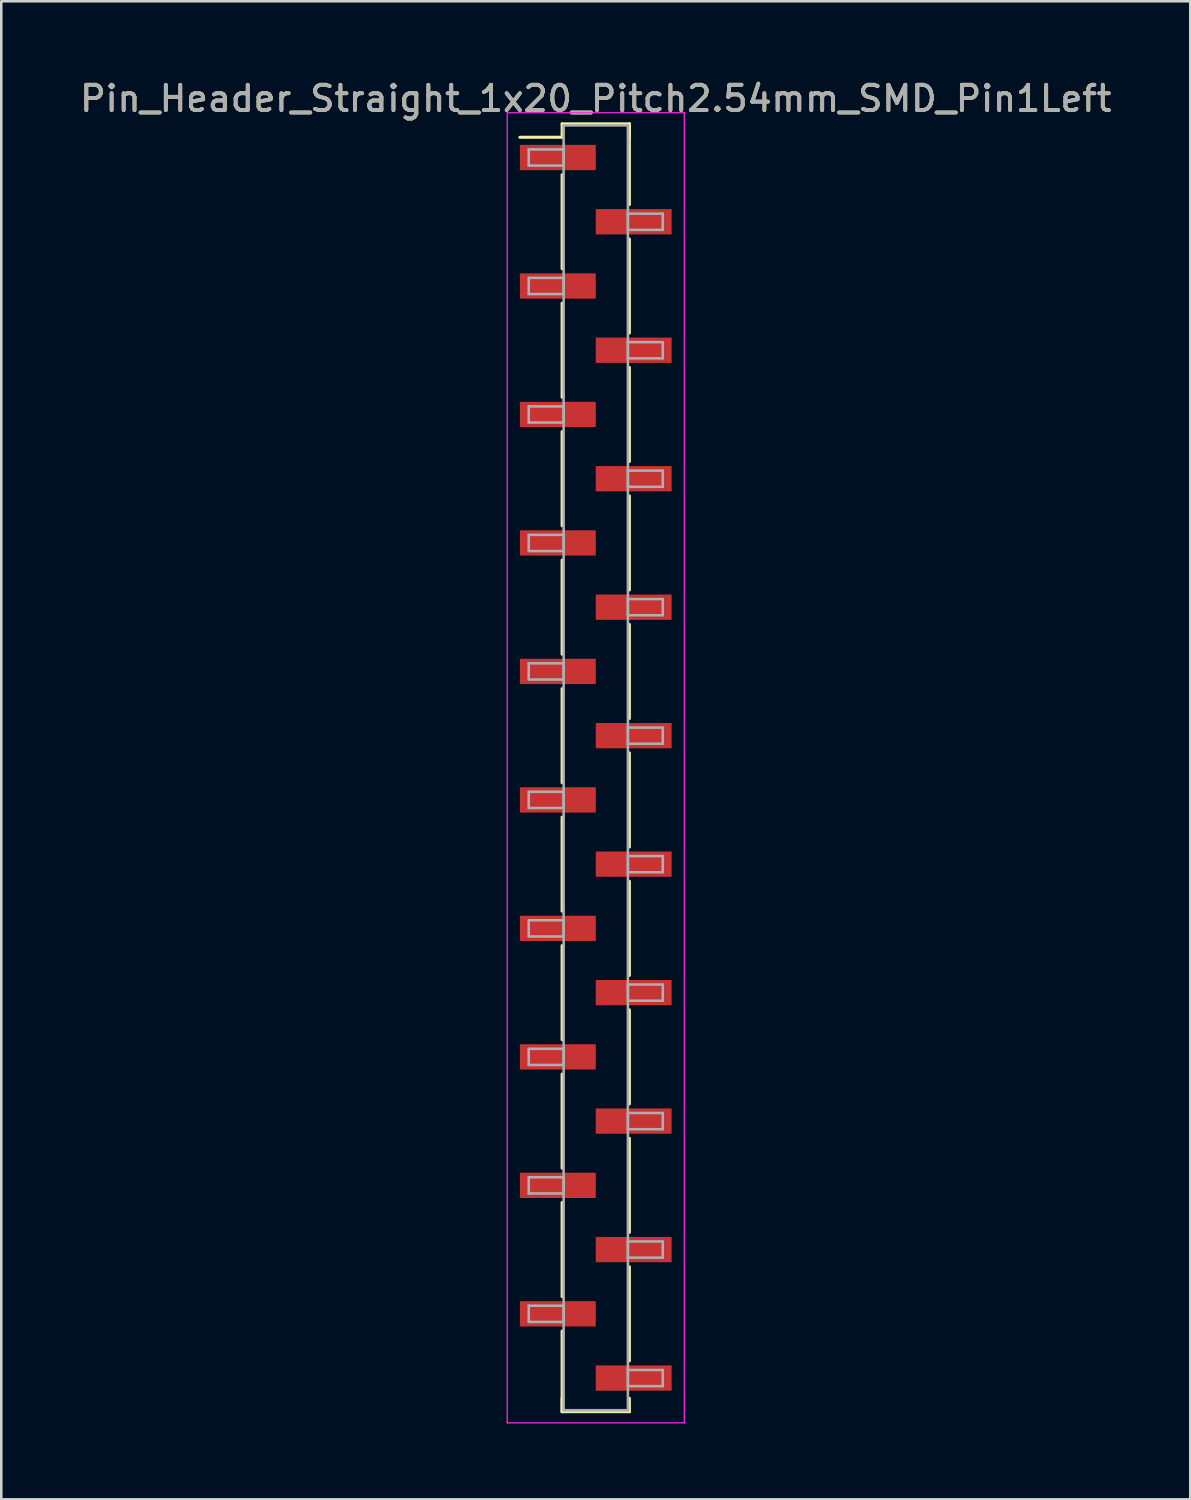
<source format=kicad_pcb>
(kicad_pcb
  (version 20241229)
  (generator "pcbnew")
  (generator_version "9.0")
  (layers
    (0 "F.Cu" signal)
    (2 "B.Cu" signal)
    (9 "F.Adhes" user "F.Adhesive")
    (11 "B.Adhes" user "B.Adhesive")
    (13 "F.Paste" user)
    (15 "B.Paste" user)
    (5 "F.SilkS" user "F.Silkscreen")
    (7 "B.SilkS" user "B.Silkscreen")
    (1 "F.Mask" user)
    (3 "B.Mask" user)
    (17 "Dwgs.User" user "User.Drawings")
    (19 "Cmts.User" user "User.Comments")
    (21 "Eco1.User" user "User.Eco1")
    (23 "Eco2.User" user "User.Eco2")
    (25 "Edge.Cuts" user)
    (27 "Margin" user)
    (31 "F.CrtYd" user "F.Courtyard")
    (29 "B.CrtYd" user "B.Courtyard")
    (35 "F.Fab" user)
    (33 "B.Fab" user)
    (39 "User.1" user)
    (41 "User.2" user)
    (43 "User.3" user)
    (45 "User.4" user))
  (footprint "Pin_Header_Straight_1x20_Pitch2.54mm_SMD_Pin1Left"
    (layer "F.Cu")
    (at 20.506 27.308)
    (property "Reference" "Pin_Header_Straight_1x20_Pitch2.54mm_SMD_Pin1Left" (at 0 -26.46 0) (layer "F.SilkS") (effects (font (size 1 1) (thickness 0.15))))
    (attr smd)
    (fp_line (start -1.33 -25.46) (end 1.33 -25.46) (stroke (width 0.12) (type solid)) (layer "F.SilkS"))
    (fp_line (start -1.33 -24.93) (end -3 -24.93) (stroke (width 0.12) (type solid)) (layer "F.SilkS"))
    (fp_line (start -1.33 -24.93) (end -1.33 -25.46) (stroke (width 0.12) (type solid)) (layer "F.SilkS"))
    (fp_line (start -1.33 -23.45) (end -1.33 -19.73) (stroke (width 0.12) (type solid)) (layer "F.SilkS"))
    (fp_line (start -1.33 -18.37) (end -1.33 -14.65) (stroke (width 0.12) (type solid)) (layer "F.SilkS"))
    (fp_line (start -1.33 -13.29) (end -1.33 -9.57) (stroke (width 0.12) (type solid)) (layer "F.SilkS"))
    (fp_line (start -1.33 -8.21) (end -1.33 -4.49) (stroke (width 0.12) (type solid)) (layer "F.SilkS"))
    (fp_line (start -1.33 -3.13) (end -1.33 0.59) (stroke (width 0.12) (type solid)) (layer "F.SilkS"))
    (fp_line (start -1.33 1.95) (end -1.33 5.67) (stroke (width 0.12) (type solid)) (layer "F.SilkS"))
    (fp_line (start -1.33 7.03) (end -1.33 10.75) (stroke (width 0.12) (type solid)) (layer "F.SilkS"))
    (fp_line (start -1.33 12.11) (end -1.33 15.83) (stroke (width 0.12) (type solid)) (layer "F.SilkS"))
    (fp_line (start -1.33 17.19) (end -1.33 20.91) (stroke (width 0.12) (type solid)) (layer "F.SilkS"))
    (fp_line (start -1.33 22.27) (end -1.33 25.46) (stroke (width 0.12) (type solid)) (layer "F.SilkS"))
    (fp_line (start -1.33 24.93) (end -1.33 25.46) (stroke (width 0.12) (type solid)) (layer "F.SilkS"))
    (fp_line (start -1.33 25.46) (end 1.33 25.46) (stroke (width 0.12) (type solid)) (layer "F.SilkS"))
    (fp_line (start 1.33 -25.46) (end 1.33 -24.93) (stroke (width 0.12) (type solid)) (layer "F.SilkS"))
    (fp_line (start 1.33 -25.46) (end 1.33 -22.27) (stroke (width 0.12) (type solid)) (layer "F.SilkS"))
    (fp_line (start 1.33 -20.91) (end 1.33 -17.19) (stroke (width 0.12) (type solid)) (layer "F.SilkS"))
    (fp_line (start 1.33 -15.83) (end 1.33 -12.11) (stroke (width 0.12) (type solid)) (layer "F.SilkS"))
    (fp_line (start 1.33 -10.75) (end 1.33 -7.03) (stroke (width 0.12) (type solid)) (layer "F.SilkS"))
    (fp_line (start 1.33 -5.67) (end 1.33 -1.95) (stroke (width 0.12) (type solid)) (layer "F.SilkS"))
    (fp_line (start 1.33 -0.59) (end 1.33 3.13) (stroke (width 0.12) (type solid)) (layer "F.SilkS"))
    (fp_line (start 1.33 4.49) (end 1.33 8.21) (stroke (width 0.12) (type solid)) (layer "F.SilkS"))
    (fp_line (start 1.33 9.57) (end 1.33 13.29) (stroke (width 0.12) (type solid)) (layer "F.SilkS"))
    (fp_line (start 1.33 14.65) (end 1.33 18.37) (stroke (width 0.12) (type solid)) (layer "F.SilkS"))
    (fp_line (start 1.33 19.73) (end 1.33 23.45) (stroke (width 0.12) (type solid)) (layer "F.SilkS"))
    (fp_line (start 1.33 25.46) (end 1.33 24.93) (stroke (width 0.12) (type solid)) (layer "F.SilkS"))
    (fp_line (start -3.5 -25.9) (end -3.5 25.9) (stroke (width 0.05) (type solid)) (layer "F.CrtYd"))
    (fp_line (start -3.5 25.9) (end 3.5 25.9) (stroke (width 0.05) (type solid)) (layer "F.CrtYd"))
    (fp_line (start 3.5 -25.9) (end -3.5 -25.9) (stroke (width 0.05) (type solid)) (layer "F.CrtYd"))
    (fp_line (start 3.5 25.9) (end 3.5 -25.9) (stroke (width 0.05) (type solid)) (layer "F.CrtYd"))
    (fp_line (start -2.65 -24.45) (end -1.27 -24.45) (stroke (width 0.1) (type solid)) (layer "F.Fab"))
    (fp_line (start -2.65 -23.81) (end -2.65 -24.45) (stroke (width 0.1) (type solid)) (layer "F.Fab"))
    (fp_line (start -2.65 -19.37) (end -1.27 -19.37) (stroke (width 0.1) (type solid)) (layer "F.Fab"))
    (fp_line (start -2.65 -18.73) (end -2.65 -19.37) (stroke (width 0.1) (type solid)) (layer "F.Fab"))
    (fp_line (start -2.65 -14.29) (end -1.27 -14.29) (stroke (width 0.1) (type solid)) (layer "F.Fab"))
    (fp_line (start -2.65 -13.65) (end -2.65 -14.29) (stroke (width 0.1) (type solid)) (layer "F.Fab"))
    (fp_line (start -2.65 -9.21) (end -1.27 -9.21) (stroke (width 0.1) (type solid)) (layer "F.Fab"))
    (fp_line (start -2.65 -8.57) (end -2.65 -9.21) (stroke (width 0.1) (type solid)) (layer "F.Fab"))
    (fp_line (start -2.65 -4.13) (end -1.27 -4.13) (stroke (width 0.1) (type solid)) (layer "F.Fab"))
    (fp_line (start -2.65 -3.49) (end -2.65 -4.13) (stroke (width 0.1) (type solid)) (layer "F.Fab"))
    (fp_line (start -2.65 0.95) (end -1.27 0.95) (stroke (width 0.1) (type solid)) (layer "F.Fab"))
    (fp_line (start -2.65 1.59) (end -2.65 0.95) (stroke (width 0.1) (type solid)) (layer "F.Fab"))
    (fp_line (start -2.65 6.03) (end -1.27 6.03) (stroke (width 0.1) (type solid)) (layer "F.Fab"))
    (fp_line (start -2.65 6.67) (end -2.65 6.03) (stroke (width 0.1) (type solid)) (layer "F.Fab"))
    (fp_line (start -2.65 11.11) (end -1.27 11.11) (stroke (width 0.1) (type solid)) (layer "F.Fab"))
    (fp_line (start -2.65 11.75) (end -2.65 11.11) (stroke (width 0.1) (type solid)) (layer "F.Fab"))
    (fp_line (start -2.65 16.19) (end -1.27 16.19) (stroke (width 0.1) (type solid)) (layer "F.Fab"))
    (fp_line (start -2.65 16.83) (end -2.65 16.19) (stroke (width 0.1) (type solid)) (layer "F.Fab"))
    (fp_line (start -2.65 21.27) (end -1.27 21.27) (stroke (width 0.1) (type solid)) (layer "F.Fab"))
    (fp_line (start -2.65 21.91) (end -2.65 21.27) (stroke (width 0.1) (type solid)) (layer "F.Fab"))
    (fp_line (start -1.27 -25.4) (end -1.27 25.4) (stroke (width 0.1) (type solid)) (layer "F.Fab"))
    (fp_line (start -1.27 -24.45) (end -1.27 -23.81) (stroke (width 0.1) (type solid)) (layer "F.Fab"))
    (fp_line (start -1.27 -23.81) (end -2.65 -23.81) (stroke (width 0.1) (type solid)) (layer "F.Fab"))
    (fp_line (start -1.27 -19.37) (end -1.27 -18.73) (stroke (width 0.1) (type solid)) (layer "F.Fab"))
    (fp_line (start -1.27 -18.73) (end -2.65 -18.73) (stroke (width 0.1) (type solid)) (layer "F.Fab"))
    (fp_line (start -1.27 -14.29) (end -1.27 -13.65) (stroke (width 0.1) (type solid)) (layer "F.Fab"))
    (fp_line (start -1.27 -13.65) (end -2.65 -13.65) (stroke (width 0.1) (type solid)) (layer "F.Fab"))
    (fp_line (start -1.27 -9.21) (end -1.27 -8.57) (stroke (width 0.1) (type solid)) (layer "F.Fab"))
    (fp_line (start -1.27 -8.57) (end -2.65 -8.57) (stroke (width 0.1) (type solid)) (layer "F.Fab"))
    (fp_line (start -1.27 -4.13) (end -1.27 -3.49) (stroke (width 0.1) (type solid)) (layer "F.Fab"))
    (fp_line (start -1.27 -3.49) (end -2.65 -3.49) (stroke (width 0.1) (type solid)) (layer "F.Fab"))
    (fp_line (start -1.27 0.95) (end -1.27 1.59) (stroke (width 0.1) (type solid)) (layer "F.Fab"))
    (fp_line (start -1.27 1.59) (end -2.65 1.59) (stroke (width 0.1) (type solid)) (layer "F.Fab"))
    (fp_line (start -1.27 6.03) (end -1.27 6.67) (stroke (width 0.1) (type solid)) (layer "F.Fab"))
    (fp_line (start -1.27 6.67) (end -2.65 6.67) (stroke (width 0.1) (type solid)) (layer "F.Fab"))
    (fp_line (start -1.27 11.11) (end -1.27 11.75) (stroke (width 0.1) (type solid)) (layer "F.Fab"))
    (fp_line (start -1.27 11.75) (end -2.65 11.75) (stroke (width 0.1) (type solid)) (layer "F.Fab"))
    (fp_line (start -1.27 16.19) (end -1.27 16.83) (stroke (width 0.1) (type solid)) (layer "F.Fab"))
    (fp_line (start -1.27 16.83) (end -2.65 16.83) (stroke (width 0.1) (type solid)) (layer "F.Fab"))
    (fp_line (start -1.27 21.27) (end -1.27 21.91) (stroke (width 0.1) (type solid)) (layer "F.Fab"))
    (fp_line (start -1.27 21.91) (end -2.65 21.91) (stroke (width 0.1) (type solid)) (layer "F.Fab"))
    (fp_line (start -1.27 25.4) (end 1.27 25.4) (stroke (width 0.1) (type solid)) (layer "F.Fab"))
    (fp_line (start 1.27 -25.4) (end -1.27 -25.4) (stroke (width 0.1) (type solid)) (layer "F.Fab"))
    (fp_line (start 1.27 -21.91) (end 1.27 -21.27) (stroke (width 0.1) (type solid)) (layer "F.Fab"))
    (fp_line (start 1.27 -21.27) (end 2.65 -21.27) (stroke (width 0.1) (type solid)) (layer "F.Fab"))
    (fp_line (start 1.27 -16.83) (end 1.27 -16.19) (stroke (width 0.1) (type solid)) (layer "F.Fab"))
    (fp_line (start 1.27 -16.19) (end 2.65 -16.19) (stroke (width 0.1) (type solid)) (layer "F.Fab"))
    (fp_line (start 1.27 -11.75) (end 1.27 -11.11) (stroke (width 0.1) (type solid)) (layer "F.Fab"))
    (fp_line (start 1.27 -11.11) (end 2.65 -11.11) (stroke (width 0.1) (type solid)) (layer "F.Fab"))
    (fp_line (start 1.27 -6.67) (end 1.27 -6.03) (stroke (width 0.1) (type solid)) (layer "F.Fab"))
    (fp_line (start 1.27 -6.03) (end 2.65 -6.03) (stroke (width 0.1) (type solid)) (layer "F.Fab"))
    (fp_line (start 1.27 -1.59) (end 1.27 -0.95) (stroke (width 0.1) (type solid)) (layer "F.Fab"))
    (fp_line (start 1.27 -0.95) (end 2.65 -0.95) (stroke (width 0.1) (type solid)) (layer "F.Fab"))
    (fp_line (start 1.27 3.49) (end 1.27 4.13) (stroke (width 0.1) (type solid)) (layer "F.Fab"))
    (fp_line (start 1.27 4.13) (end 2.65 4.13) (stroke (width 0.1) (type solid)) (layer "F.Fab"))
    (fp_line (start 1.27 8.57) (end 1.27 9.21) (stroke (width 0.1) (type solid)) (layer "F.Fab"))
    (fp_line (start 1.27 9.21) (end 2.65 9.21) (stroke (width 0.1) (type solid)) (layer "F.Fab"))
    (fp_line (start 1.27 13.65) (end 1.27 14.29) (stroke (width 0.1) (type solid)) (layer "F.Fab"))
    (fp_line (start 1.27 14.29) (end 2.65 14.29) (stroke (width 0.1) (type solid)) (layer "F.Fab"))
    (fp_line (start 1.27 18.73) (end 1.27 19.37) (stroke (width 0.1) (type solid)) (layer "F.Fab"))
    (fp_line (start 1.27 19.37) (end 2.65 19.37) (stroke (width 0.1) (type solid)) (layer "F.Fab"))
    (fp_line (start 1.27 23.81) (end 1.27 24.45) (stroke (width 0.1) (type solid)) (layer "F.Fab"))
    (fp_line (start 1.27 24.45) (end 2.65 24.45) (stroke (width 0.1) (type solid)) (layer "F.Fab"))
    (fp_line (start 1.27 25.4) (end 1.27 -25.4) (stroke (width 0.1) (type solid)) (layer "F.Fab"))
    (fp_line (start 2.65 -21.91) (end 1.27 -21.91) (stroke (width 0.1) (type solid)) (layer "F.Fab"))
    (fp_line (start 2.65 -21.27) (end 2.65 -21.91) (stroke (width 0.1) (type solid)) (layer "F.Fab"))
    (fp_line (start 2.65 -16.83) (end 1.27 -16.83) (stroke (width 0.1) (type solid)) (layer "F.Fab"))
    (fp_line (start 2.65 -16.19) (end 2.65 -16.83) (stroke (width 0.1) (type solid)) (layer "F.Fab"))
    (fp_line (start 2.65 -11.75) (end 1.27 -11.75) (stroke (width 0.1) (type solid)) (layer "F.Fab"))
    (fp_line (start 2.65 -11.11) (end 2.65 -11.75) (stroke (width 0.1) (type solid)) (layer "F.Fab"))
    (fp_line (start 2.65 -6.67) (end 1.27 -6.67) (stroke (width 0.1) (type solid)) (layer "F.Fab"))
    (fp_line (start 2.65 -6.03) (end 2.65 -6.67) (stroke (width 0.1) (type solid)) (layer "F.Fab"))
    (fp_line (start 2.65 -1.59) (end 1.27 -1.59) (stroke (width 0.1) (type solid)) (layer "F.Fab"))
    (fp_line (start 2.65 -0.95) (end 2.65 -1.59) (stroke (width 0.1) (type solid)) (layer "F.Fab"))
    (fp_line (start 2.65 3.49) (end 1.27 3.49) (stroke (width 0.1) (type solid)) (layer "F.Fab"))
    (fp_line (start 2.65 4.13) (end 2.65 3.49) (stroke (width 0.1) (type solid)) (layer "F.Fab"))
    (fp_line (start 2.65 8.57) (end 1.27 8.57) (stroke (width 0.1) (type solid)) (layer "F.Fab"))
    (fp_line (start 2.65 9.21) (end 2.65 8.57) (stroke (width 0.1) (type solid)) (layer "F.Fab"))
    (fp_line (start 2.65 13.65) (end 1.27 13.65) (stroke (width 0.1) (type solid)) (layer "F.Fab"))
    (fp_line (start 2.65 14.29) (end 2.65 13.65) (stroke (width 0.1) (type solid)) (layer "F.Fab"))
    (fp_line (start 2.65 18.73) (end 1.27 18.73) (stroke (width 0.1) (type solid)) (layer "F.Fab"))
    (fp_line (start 2.65 19.37) (end 2.65 18.73) (stroke (width 0.1) (type solid)) (layer "F.Fab"))
    (fp_line (start 2.65 23.81) (end 1.27 23.81) (stroke (width 0.1) (type solid)) (layer "F.Fab"))
    (fp_line (start 2.65 24.45) (end 2.65 23.81) (stroke (width 0.1) (type solid)) (layer "F.Fab"))
    (fp_text user "${REFERENCE}" (at 0 -26.46 0) (layer "F.Fab") (effects (font (size 1 1) (thickness 0.15))))
    (pad "1" smd rect (at -1.5 -24.13) (size 3 1) (layers "F.Cu" "F.Mask" "F.Paste"))
    (pad "2" smd rect (at 1.5 -21.59) (size 3 1) (layers "F.Cu" "F.Mask" "F.Paste"))
    (pad "3" smd rect (at -1.5 -19.05) (size 3 1) (layers "F.Cu" "F.Mask" "F.Paste"))
    (pad "4" smd rect (at 1.5 -16.51) (size 3 1) (layers "F.Cu" "F.Mask" "F.Paste"))
    (pad "5" smd rect (at -1.5 -13.97) (size 3 1) (layers "F.Cu" "F.Mask" "F.Paste"))
    (pad "6" smd rect (at 1.5 -11.43) (size 3 1) (layers "F.Cu" "F.Mask" "F.Paste"))
    (pad "7" smd rect (at -1.5 -8.89) (size 3 1) (layers "F.Cu" "F.Mask" "F.Paste"))
    (pad "8" smd rect (at 1.5 -6.35) (size 3 1) (layers "F.Cu" "F.Mask" "F.Paste"))
    (pad "9" smd rect (at -1.5 -3.81) (size 3 1) (layers "F.Cu" "F.Mask" "F.Paste"))
    (pad "10" smd rect (at 1.5 -1.27) (size 3 1) (layers "F.Cu" "F.Mask" "F.Paste"))
    (pad "11" smd rect (at -1.5 1.27) (size 3 1) (layers "F.Cu" "F.Mask" "F.Paste"))
    (pad "12" smd rect (at 1.5 3.81) (size 3 1) (layers "F.Cu" "F.Mask" "F.Paste"))
    (pad "13" smd rect (at -1.5 6.35) (size 3 1) (layers "F.Cu" "F.Mask" "F.Paste"))
    (pad "14" smd rect (at 1.5 8.89) (size 3 1) (layers "F.Cu" "F.Mask" "F.Paste"))
    (pad "15" smd rect (at -1.5 11.43) (size 3 1) (layers "F.Cu" "F.Mask" "F.Paste"))
    (pad "16" smd rect (at 1.5 13.97) (size 3 1) (layers "F.Cu" "F.Mask" "F.Paste"))
    (pad "17" smd rect (at -1.5 16.51) (size 3 1) (layers "F.Cu" "F.Mask" "F.Paste"))
    (pad "18" smd rect (at 1.5 19.05) (size 3 1) (layers "F.Cu" "F.Mask" "F.Paste"))
    (pad "19" smd rect (at -1.5 21.59) (size 3 1) (layers "F.Cu" "F.Mask" "F.Paste"))
    (pad "20" smd rect (at 1.5 24.13) (size 3 1) (layers "F.Cu" "F.Mask" "F.Paste")))
  (gr_rect
    (start -3 -3)
    (end 44.012 56.233)
    (stroke (width 0.1) (type default))
    (fill no)
    (layer "Edge.Cuts")))
</source>
